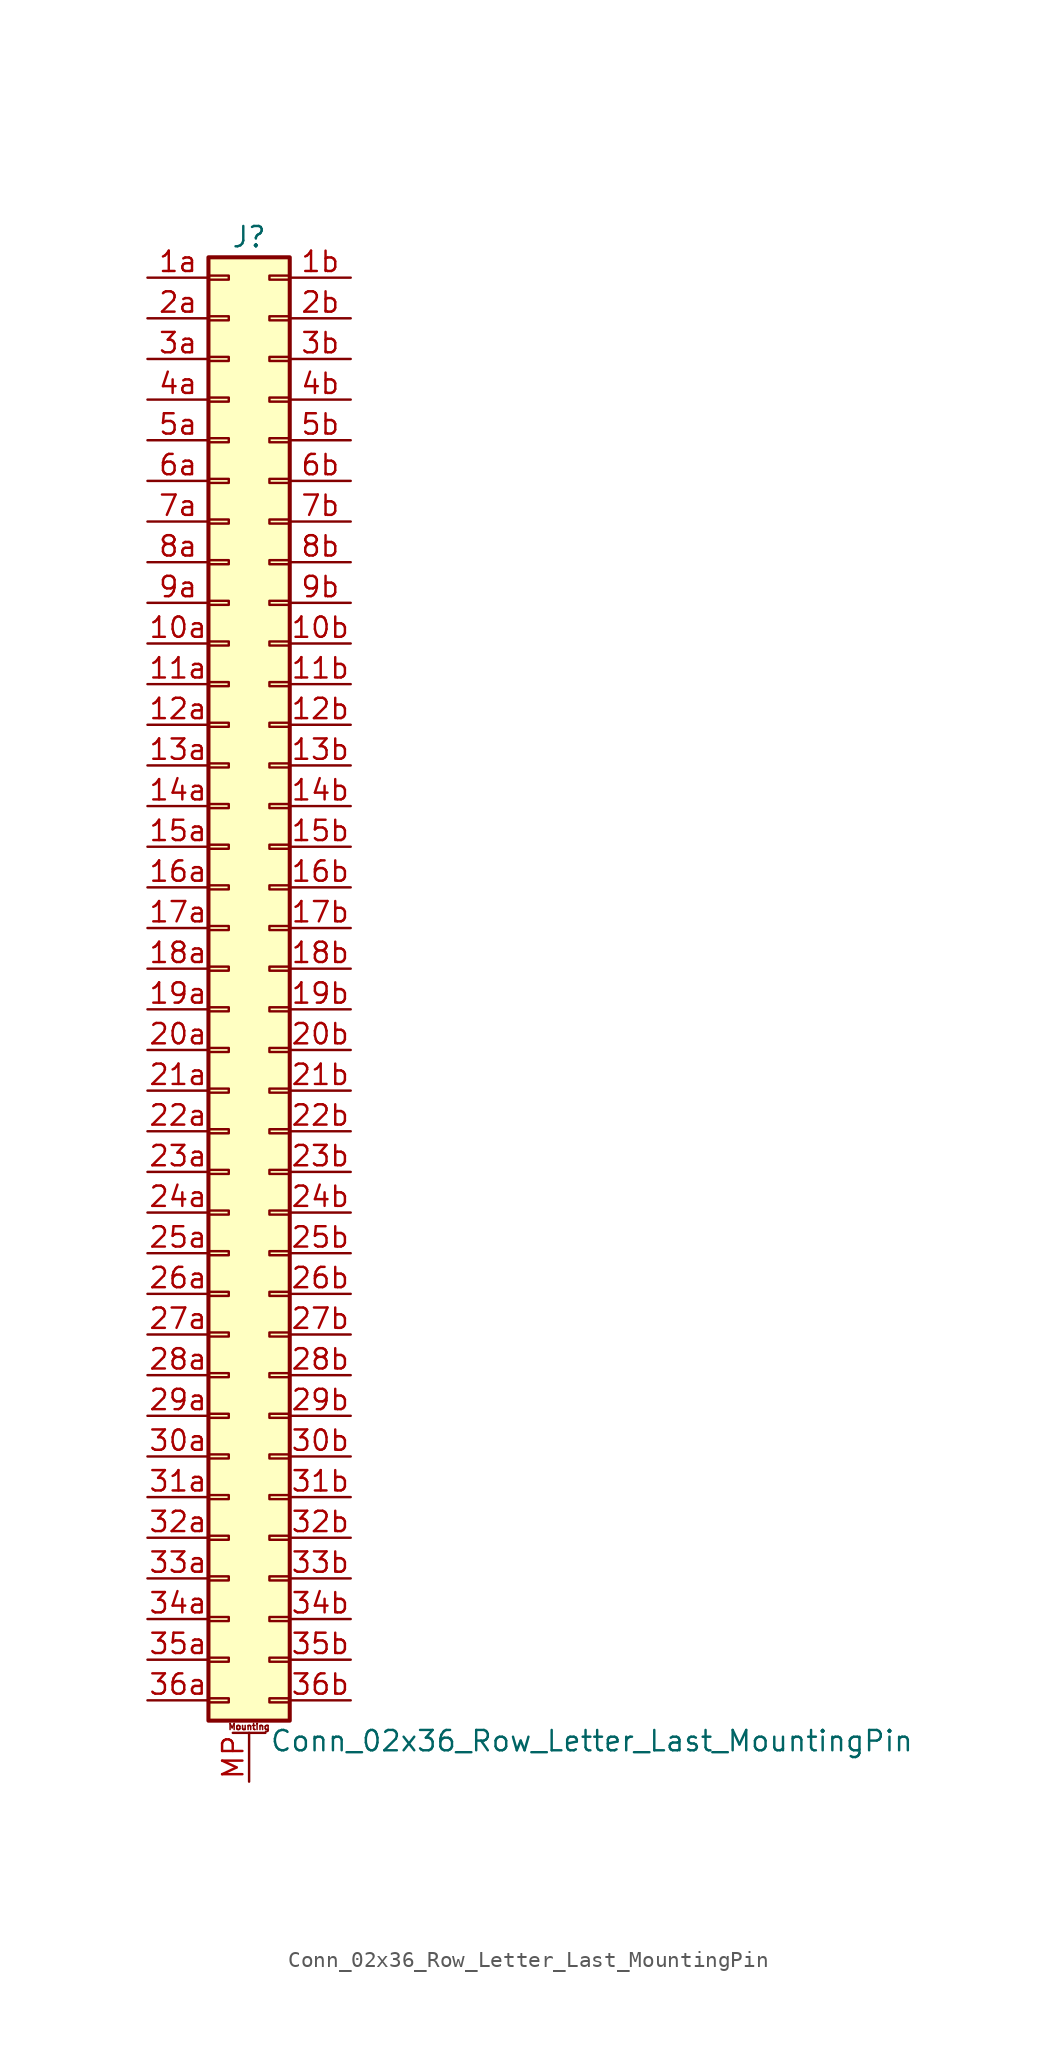
<source format=kicad_sym>
(kicad_symbol_lib
  (version 20201005)
  (generator kicad_symbol_editor)
  (symbol "Connector_Generic_MountingPin:Conn_02x36_Row_Letter_Last_MountingPin"
    (pin_names
      (offset 1.016) hide)
    (property "Reference" "J"
      (at 1.27 45.72 0)
      (effects (font (size 1.27 1.27))))
    (property "Value" "Conn_02x36_Row_Letter_Last_MountingPin"
      (at 2.54 -48.26 0)
      (effects (font (size 1.27 1.27)) (justify left)))
    (symbol "Conn_02x36_Row_Letter_Last_MountingPin_1_1"
      (text "Mounting" (at 1.27 -47.371 0) (effects (font (size 0.381 0.381))))
      (rectangle (start -1.27 -27.813) (end 0 -28.067) (stroke (width 0.152)) (fill (type none)))
      (rectangle (start -1.27 -30.353) (end 0 -30.607) (stroke (width 0.152)) (fill (type none)))
      (rectangle (start -1.27 -32.893) (end 0 -33.147) (stroke (width 0.152)) (fill (type none)))
      (rectangle (start -1.27 -35.433) (end 0 -35.687) (stroke (width 0.152)) (fill (type none)))
      (rectangle (start -1.27 -37.973) (end 0 -38.227) (stroke (width 0.152)) (fill (type none)))
      (rectangle (start -1.27 -40.513) (end 0 -40.767) (stroke (width 0.152)) (fill (type none)))
      (rectangle (start -1.27 -43.053) (end 0 -43.307) (stroke (width 0.152)) (fill (type none)))
      (rectangle (start -1.27 -45.593) (end 0 -45.847) (stroke (width 0.152)) (fill (type none)))
      (rectangle (start -1.27 -4.953) (end 0 -5.207) (stroke (width 0.152)) (fill (type none)))
      (rectangle (start -1.27 -7.493) (end 0 -7.747) (stroke (width 0.152)) (fill (type none)))
      (rectangle (start -1.27 -10.033) (end 0 -10.287) (stroke (width 0.152)) (fill (type none)))
      (rectangle (start -1.27 -12.573) (end 0 -12.827) (stroke (width 0.152)) (fill (type none)))
      (rectangle (start -1.27 -15.113) (end 0 -15.367) (stroke (width 0.152)) (fill (type none)))
      (rectangle (start -1.27 -17.653) (end 0 -17.907) (stroke (width 0.152)) (fill (type none)))
      (rectangle (start -1.27 -20.193) (end 0 -20.447) (stroke (width 0.152)) (fill (type none)))
      (rectangle (start -1.27 -22.733) (end 0 -22.987) (stroke (width 0.152)) (fill (type none)))
      (rectangle (start -1.27 -2.413) (end 0 -2.667) (stroke (width 0.152)) (fill (type none)))
      (rectangle (start -1.27 -25.273) (end 0 -25.527) (stroke (width 0.152)) (fill (type none)))
      (rectangle (start -1.27 25.527) (end 0 25.273) (stroke (width 0.152)) (fill (type none)))
      (rectangle (start -1.27 2.667) (end 0 2.413) (stroke (width 0.152)) (fill (type none)))
      (rectangle (start -1.27 28.067) (end 0 27.813) (stroke (width 0.152)) (fill (type none)))
      (rectangle (start -1.27 30.607) (end 0 30.353) (stroke (width 0.152)) (fill (type none)))
      (rectangle (start -1.27 33.147) (end 0 32.893) (stroke (width 0.152)) (fill (type none)))
      (rectangle (start -1.27 35.687) (end 0 35.433) (stroke (width 0.152)) (fill (type none)))
      (rectangle (start -1.27 38.227) (end 0 37.973) (stroke (width 0.152)) (fill (type none)))
      (rectangle (start -1.27 40.767) (end 0 40.513) (stroke (width 0.152)) (fill (type none)))
      (rectangle (start -1.27 43.307) (end 0 43.053) (stroke (width 0.152)) (fill (type none)))
      (rectangle (start -1.27 44.45) (end 3.81 -46.99) (stroke (width 0.254)) (fill (type background)))
      (rectangle (start -1.27 5.207) (end 0 4.953) (stroke (width 0.152)) (fill (type none)))
      (rectangle (start -1.27 7.747) (end 0 7.493) (stroke (width 0.152)) (fill (type none)))
      (rectangle (start -1.27 10.287) (end 0 10.033) (stroke (width 0.152)) (fill (type none)))
      (rectangle (start -1.27 0.127) (end 0 -0.127) (stroke (width 0.152)) (fill (type none)))
      (rectangle (start -1.27 12.827) (end 0 12.573) (stroke (width 0.152)) (fill (type none)))
      (rectangle (start -1.27 15.367) (end 0 15.113) (stroke (width 0.152)) (fill (type none)))
      (rectangle (start -1.27 17.907) (end 0 17.653) (stroke (width 0.152)) (fill (type none)))
      (rectangle (start -1.27 20.447) (end 0 20.193) (stroke (width 0.152)) (fill (type none)))
      (rectangle (start -1.27 22.987) (end 0 22.733) (stroke (width 0.152)) (fill (type none)))
      (rectangle (start 3.81 -27.813) (end 2.54 -28.067) (stroke (width 0.152)) (fill (type none)))
      (rectangle (start 3.81 -30.353) (end 2.54 -30.607) (stroke (width 0.152)) (fill (type none)))
      (rectangle (start 3.81 -32.893) (end 2.54 -33.147) (stroke (width 0.152)) (fill (type none)))
      (rectangle (start 3.81 -35.433) (end 2.54 -35.687) (stroke (width 0.152)) (fill (type none)))
      (rectangle (start 3.81 -37.973) (end 2.54 -38.227) (stroke (width 0.152)) (fill (type none)))
      (rectangle (start 3.81 -40.513) (end 2.54 -40.767) (stroke (width 0.152)) (fill (type none)))
      (rectangle (start 3.81 -43.053) (end 2.54 -43.307) (stroke (width 0.152)) (fill (type none)))
      (rectangle (start 3.81 -45.593) (end 2.54 -45.847) (stroke (width 0.152)) (fill (type none)))
      (rectangle (start 3.81 -4.953) (end 2.54 -5.207) (stroke (width 0.152)) (fill (type none)))
      (rectangle (start 3.81 -7.493) (end 2.54 -7.747) (stroke (width 0.152)) (fill (type none)))
      (rectangle (start 3.81 -10.033) (end 2.54 -10.287) (stroke (width 0.152)) (fill (type none)))
      (rectangle (start 3.81 -12.573) (end 2.54 -12.827) (stroke (width 0.152)) (fill (type none)))
      (rectangle (start 3.81 -15.113) (end 2.54 -15.367) (stroke (width 0.152)) (fill (type none)))
      (rectangle (start 3.81 -17.653) (end 2.54 -17.907) (stroke (width 0.152)) (fill (type none)))
      (rectangle (start 3.81 -20.193) (end 2.54 -20.447) (stroke (width 0.152)) (fill (type none)))
      (rectangle (start 3.81 -22.733) (end 2.54 -22.987) (stroke (width 0.152)) (fill (type none)))
      (rectangle (start 3.81 -2.413) (end 2.54 -2.667) (stroke (width 0.152)) (fill (type none)))
      (rectangle (start 3.81 -25.273) (end 2.54 -25.527) (stroke (width 0.152)) (fill (type none)))
      (rectangle (start 3.81 25.527) (end 2.54 25.273) (stroke (width 0.152)) (fill (type none)))
      (rectangle (start 3.81 2.667) (end 2.54 2.413) (stroke (width 0.152)) (fill (type none)))
      (rectangle (start 3.81 28.067) (end 2.54 27.813) (stroke (width 0.152)) (fill (type none)))
      (rectangle (start 3.81 30.607) (end 2.54 30.353) (stroke (width 0.152)) (fill (type none)))
      (rectangle (start 3.81 33.147) (end 2.54 32.893) (stroke (width 0.152)) (fill (type none)))
      (rectangle (start 3.81 35.687) (end 2.54 35.433) (stroke (width 0.152)) (fill (type none)))
      (rectangle (start 3.81 38.227) (end 2.54 37.973) (stroke (width 0.152)) (fill (type none)))
      (rectangle (start 3.81 40.767) (end 2.54 40.513) (stroke (width 0.152)) (fill (type none)))
      (rectangle (start 3.81 43.307) (end 2.54 43.053) (stroke (width 0.152)) (fill (type none)))
      (rectangle (start 3.81 5.207) (end 2.54 4.953) (stroke (width 0.152)) (fill (type none)))
      (rectangle (start 3.81 7.747) (end 2.54 7.493) (stroke (width 0.152)) (fill (type none)))
      (rectangle (start 3.81 10.287) (end 2.54 10.033) (stroke (width 0.152)) (fill (type none)))
      (rectangle (start 3.81 0.127) (end 2.54 -0.127) (stroke (width 0.152)) (fill (type none)))
      (rectangle (start 3.81 12.827) (end 2.54 12.573) (stroke (width 0.152)) (fill (type none)))
      (rectangle (start 3.81 15.367) (end 2.54 15.113) (stroke (width 0.152)) (fill (type none)))
      (rectangle (start 3.81 17.907) (end 2.54 17.653) (stroke (width 0.152)) (fill (type none)))
      (rectangle (start 3.81 20.447) (end 2.54 20.193) (stroke (width 0.152)) (fill (type none)))
      (rectangle (start 3.81 22.987) (end 2.54 22.733) (stroke (width 0.152)) (fill (type none)))
      (polyline (pts (xy 0.254 -47.752) (xy 2.286 -47.752)) (stroke (width 0.152)) (fill (type none)))
      (pin passive line (at 1.27 -50.8 90) (length 3.048) (name "MountPin" (effects (font (size 1.27 1.27)))) (number "MP" (effects (font (size 1.27 1.27)))))
      (pin passive line (at -5.08 20.32 0) (length 3.81) (name "Pin_10a" (effects (font (size 1.27 1.27)))) (number "10a" (effects (font (size 1.27 1.27)))))
      (pin passive line (at 7.62 20.32 180) (length 3.81) (name "Pin_10b" (effects (font (size 1.27 1.27)))) (number "10b" (effects (font (size 1.27 1.27)))))
      (pin passive line (at -5.08 17.78 0) (length 3.81) (name "Pin_11a" (effects (font (size 1.27 1.27)))) (number "11a" (effects (font (size 1.27 1.27)))))
      (pin passive line (at 7.62 17.78 180) (length 3.81) (name "Pin_11b" (effects (font (size 1.27 1.27)))) (number "11b" (effects (font (size 1.27 1.27)))))
      (pin passive line (at -5.08 15.24 0) (length 3.81) (name "Pin_12a" (effects (font (size 1.27 1.27)))) (number "12a" (effects (font (size 1.27 1.27)))))
      (pin passive line (at 7.62 15.24 180) (length 3.81) (name "Pin_12b" (effects (font (size 1.27 1.27)))) (number "12b" (effects (font (size 1.27 1.27)))))
      (pin passive line (at -5.08 12.7 0) (length 3.81) (name "Pin_13a" (effects (font (size 1.27 1.27)))) (number "13a" (effects (font (size 1.27 1.27)))))
      (pin passive line (at 7.62 12.7 180) (length 3.81) (name "Pin_13b" (effects (font (size 1.27 1.27)))) (number "13b" (effects (font (size 1.27 1.27)))))
      (pin passive line (at -5.08 10.16 0) (length 3.81) (name "Pin_14a" (effects (font (size 1.27 1.27)))) (number "14a" (effects (font (size 1.27 1.27)))))
      (pin passive line (at 7.62 10.16 180) (length 3.81) (name "Pin_14b" (effects (font (size 1.27 1.27)))) (number "14b" (effects (font (size 1.27 1.27)))))
      (pin passive line (at -5.08 7.62 0) (length 3.81) (name "Pin_15a" (effects (font (size 1.27 1.27)))) (number "15a" (effects (font (size 1.27 1.27)))))
      (pin passive line (at 7.62 7.62 180) (length 3.81) (name "Pin_15b" (effects (font (size 1.27 1.27)))) (number "15b" (effects (font (size 1.27 1.27)))))
      (pin passive line (at -5.08 5.08 0) (length 3.81) (name "Pin_16a" (effects (font (size 1.27 1.27)))) (number "16a" (effects (font (size 1.27 1.27)))))
      (pin passive line (at 7.62 5.08 180) (length 3.81) (name "Pin_16b" (effects (font (size 1.27 1.27)))) (number "16b" (effects (font (size 1.27 1.27)))))
      (pin passive line (at -5.08 2.54 0) (length 3.81) (name "Pin_17a" (effects (font (size 1.27 1.27)))) (number "17a" (effects (font (size 1.27 1.27)))))
      (pin passive line (at 7.62 2.54 180) (length 3.81) (name "Pin_17b" (effects (font (size 1.27 1.27)))) (number "17b" (effects (font (size 1.27 1.27)))))
      (pin passive line (at -5.08 0 0) (length 3.81) (name "Pin_18a" (effects (font (size 1.27 1.27)))) (number "18a" (effects (font (size 1.27 1.27)))))
      (pin passive line (at 7.62 0 180) (length 3.81) (name "Pin_18b" (effects (font (size 1.27 1.27)))) (number "18b" (effects (font (size 1.27 1.27)))))
      (pin passive line (at -5.08 -2.54 0) (length 3.81) (name "Pin_19a" (effects (font (size 1.27 1.27)))) (number "19a" (effects (font (size 1.27 1.27)))))
      (pin passive line (at 7.62 -2.54 180) (length 3.81) (name "Pin_19b" (effects (font (size 1.27 1.27)))) (number "19b" (effects (font (size 1.27 1.27)))))
      (pin passive line (at -5.08 43.18 0) (length 3.81) (name "Pin_1a" (effects (font (size 1.27 1.27)))) (number "1a" (effects (font (size 1.27 1.27)))))
      (pin passive line (at 7.62 43.18 180) (length 3.81) (name "Pin_1b" (effects (font (size 1.27 1.27)))) (number "1b" (effects (font (size 1.27 1.27)))))
      (pin passive line (at -5.08 -5.08 0) (length 3.81) (name "Pin_20a" (effects (font (size 1.27 1.27)))) (number "20a" (effects (font (size 1.27 1.27)))))
      (pin passive line (at 7.62 -5.08 180) (length 3.81) (name "Pin_20b" (effects (font (size 1.27 1.27)))) (number "20b" (effects (font (size 1.27 1.27)))))
      (pin passive line (at -5.08 -7.62 0) (length 3.81) (name "Pin_21a" (effects (font (size 1.27 1.27)))) (number "21a" (effects (font (size 1.27 1.27)))))
      (pin passive line (at 7.62 -7.62 180) (length 3.81) (name "Pin_21b" (effects (font (size 1.27 1.27)))) (number "21b" (effects (font (size 1.27 1.27)))))
      (pin passive line (at -5.08 -10.16 0) (length 3.81) (name "Pin_22a" (effects (font (size 1.27 1.27)))) (number "22a" (effects (font (size 1.27 1.27)))))
      (pin passive line (at 7.62 -10.16 180) (length 3.81) (name "Pin_22b" (effects (font (size 1.27 1.27)))) (number "22b" (effects (font (size 1.27 1.27)))))
      (pin passive line (at -5.08 -12.7 0) (length 3.81) (name "Pin_23a" (effects (font (size 1.27 1.27)))) (number "23a" (effects (font (size 1.27 1.27)))))
      (pin passive line (at 7.62 -12.7 180) (length 3.81) (name "Pin_23b" (effects (font (size 1.27 1.27)))) (number "23b" (effects (font (size 1.27 1.27)))))
      (pin passive line (at -5.08 -15.24 0) (length 3.81) (name "Pin_24a" (effects (font (size 1.27 1.27)))) (number "24a" (effects (font (size 1.27 1.27)))))
      (pin passive line (at 7.62 -15.24 180) (length 3.81) (name "Pin_24b" (effects (font (size 1.27 1.27)))) (number "24b" (effects (font (size 1.27 1.27)))))
      (pin passive line (at -5.08 -17.78 0) (length 3.81) (name "Pin_25a" (effects (font (size 1.27 1.27)))) (number "25a" (effects (font (size 1.27 1.27)))))
      (pin passive line (at 7.62 -17.78 180) (length 3.81) (name "Pin_25b" (effects (font (size 1.27 1.27)))) (number "25b" (effects (font (size 1.27 1.27)))))
      (pin passive line (at -5.08 -20.32 0) (length 3.81) (name "Pin_26a" (effects (font (size 1.27 1.27)))) (number "26a" (effects (font (size 1.27 1.27)))))
      (pin passive line (at 7.62 -20.32 180) (length 3.81) (name "Pin_26b" (effects (font (size 1.27 1.27)))) (number "26b" (effects (font (size 1.27 1.27)))))
      (pin passive line (at -5.08 -22.86 0) (length 3.81) (name "Pin_27a" (effects (font (size 1.27 1.27)))) (number "27a" (effects (font (size 1.27 1.27)))))
      (pin passive line (at 7.62 -22.86 180) (length 3.81) (name "Pin_27b" (effects (font (size 1.27 1.27)))) (number "27b" (effects (font (size 1.27 1.27)))))
      (pin passive line (at -5.08 -25.4 0) (length 3.81) (name "Pin_28a" (effects (font (size 1.27 1.27)))) (number "28a" (effects (font (size 1.27 1.27)))))
      (pin passive line (at 7.62 -25.4 180) (length 3.81) (name "Pin_28b" (effects (font (size 1.27 1.27)))) (number "28b" (effects (font (size 1.27 1.27)))))
      (pin passive line (at -5.08 -27.94 0) (length 3.81) (name "Pin_29a" (effects (font (size 1.27 1.27)))) (number "29a" (effects (font (size 1.27 1.27)))))
      (pin passive line (at 7.62 -27.94 180) (length 3.81) (name "Pin_29b" (effects (font (size 1.27 1.27)))) (number "29b" (effects (font (size 1.27 1.27)))))
      (pin passive line (at -5.08 40.64 0) (length 3.81) (name "Pin_2a" (effects (font (size 1.27 1.27)))) (number "2a" (effects (font (size 1.27 1.27)))))
      (pin passive line (at 7.62 40.64 180) (length 3.81) (name "Pin_2b" (effects (font (size 1.27 1.27)))) (number "2b" (effects (font (size 1.27 1.27)))))
      (pin passive line (at -5.08 -30.48 0) (length 3.81) (name "Pin_30a" (effects (font (size 1.27 1.27)))) (number "30a" (effects (font (size 1.27 1.27)))))
      (pin passive line (at 7.62 -30.48 180) (length 3.81) (name "Pin_30b" (effects (font (size 1.27 1.27)))) (number "30b" (effects (font (size 1.27 1.27)))))
      (pin passive line (at -5.08 -33.02 0) (length 3.81) (name "Pin_31a" (effects (font (size 1.27 1.27)))) (number "31a" (effects (font (size 1.27 1.27)))))
      (pin passive line (at 7.62 -33.02 180) (length 3.81) (name "Pin_31b" (effects (font (size 1.27 1.27)))) (number "31b" (effects (font (size 1.27 1.27)))))
      (pin passive line (at -5.08 -35.56 0) (length 3.81) (name "Pin_32a" (effects (font (size 1.27 1.27)))) (number "32a" (effects (font (size 1.27 1.27)))))
      (pin passive line (at 7.62 -35.56 180) (length 3.81) (name "Pin_32b" (effects (font (size 1.27 1.27)))) (number "32b" (effects (font (size 1.27 1.27)))))
      (pin passive line (at -5.08 -38.1 0) (length 3.81) (name "Pin_33a" (effects (font (size 1.27 1.27)))) (number "33a" (effects (font (size 1.27 1.27)))))
      (pin passive line (at 7.62 -38.1 180) (length 3.81) (name "Pin_33b" (effects (font (size 1.27 1.27)))) (number "33b" (effects (font (size 1.27 1.27)))))
      (pin passive line (at -5.08 -40.64 0) (length 3.81) (name "Pin_34a" (effects (font (size 1.27 1.27)))) (number "34a" (effects (font (size 1.27 1.27)))))
      (pin passive line (at 7.62 -40.64 180) (length 3.81) (name "Pin_34b" (effects (font (size 1.27 1.27)))) (number "34b" (effects (font (size 1.27 1.27)))))
      (pin passive line (at -5.08 -43.18 0) (length 3.81) (name "Pin_35a" (effects (font (size 1.27 1.27)))) (number "35a" (effects (font (size 1.27 1.27)))))
      (pin passive line (at 7.62 -43.18 180) (length 3.81) (name "Pin_35b" (effects (font (size 1.27 1.27)))) (number "35b" (effects (font (size 1.27 1.27)))))
      (pin passive line (at -5.08 -45.72 0) (length 3.81) (name "Pin_36a" (effects (font (size 1.27 1.27)))) (number "36a" (effects (font (size 1.27 1.27)))))
      (pin passive line (at 7.62 -45.72 180) (length 3.81) (name "Pin_36b" (effects (font (size 1.27 1.27)))) (number "36b" (effects (font (size 1.27 1.27)))))
      (pin passive line (at -5.08 38.1 0) (length 3.81) (name "Pin_3a" (effects (font (size 1.27 1.27)))) (number "3a" (effects (font (size 1.27 1.27)))))
      (pin passive line (at 7.62 38.1 180) (length 3.81) (name "Pin_3b" (effects (font (size 1.27 1.27)))) (number "3b" (effects (font (size 1.27 1.27)))))
      (pin passive line (at -5.08 35.56 0) (length 3.81) (name "Pin_4a" (effects (font (size 1.27 1.27)))) (number "4a" (effects (font (size 1.27 1.27)))))
      (pin passive line (at 7.62 35.56 180) (length 3.81) (name "Pin_4b" (effects (font (size 1.27 1.27)))) (number "4b" (effects (font (size 1.27 1.27)))))
      (pin passive line (at -5.08 33.02 0) (length 3.81) (name "Pin_5a" (effects (font (size 1.27 1.27)))) (number "5a" (effects (font (size 1.27 1.27)))))
      (pin passive line (at 7.62 33.02 180) (length 3.81) (name "Pin_5b" (effects (font (size 1.27 1.27)))) (number "5b" (effects (font (size 1.27 1.27)))))
      (pin passive line (at -5.08 30.48 0) (length 3.81) (name "Pin_6a" (effects (font (size 1.27 1.27)))) (number "6a" (effects (font (size 1.27 1.27)))))
      (pin passive line (at 7.62 30.48 180) (length 3.81) (name "Pin_6b" (effects (font (size 1.27 1.27)))) (number "6b" (effects (font (size 1.27 1.27)))))
      (pin passive line (at -5.08 27.94 0) (length 3.81) (name "Pin_7a" (effects (font (size 1.27 1.27)))) (number "7a" (effects (font (size 1.27 1.27)))))
      (pin passive line (at 7.62 27.94 180) (length 3.81) (name "Pin_7b" (effects (font (size 1.27 1.27)))) (number "7b" (effects (font (size 1.27 1.27)))))
      (pin passive line (at -5.08 25.4 0) (length 3.81) (name "Pin_8a" (effects (font (size 1.27 1.27)))) (number "8a" (effects (font (size 1.27 1.27)))))
      (pin passive line (at 7.62 25.4 180) (length 3.81) (name "Pin_8b" (effects (font (size 1.27 1.27)))) (number "8b" (effects (font (size 1.27 1.27)))))
      (pin passive line (at -5.08 22.86 0) (length 3.81) (name "Pin_9a" (effects (font (size 1.27 1.27)))) (number "9a" (effects (font (size 1.27 1.27)))))
      (pin passive line (at 7.62 22.86 180) (length 3.81) (name "Pin_9b" (effects (font (size 1.27 1.27)))) (number "9b" (effects (font (size 1.27 1.27))))))))
</source>
